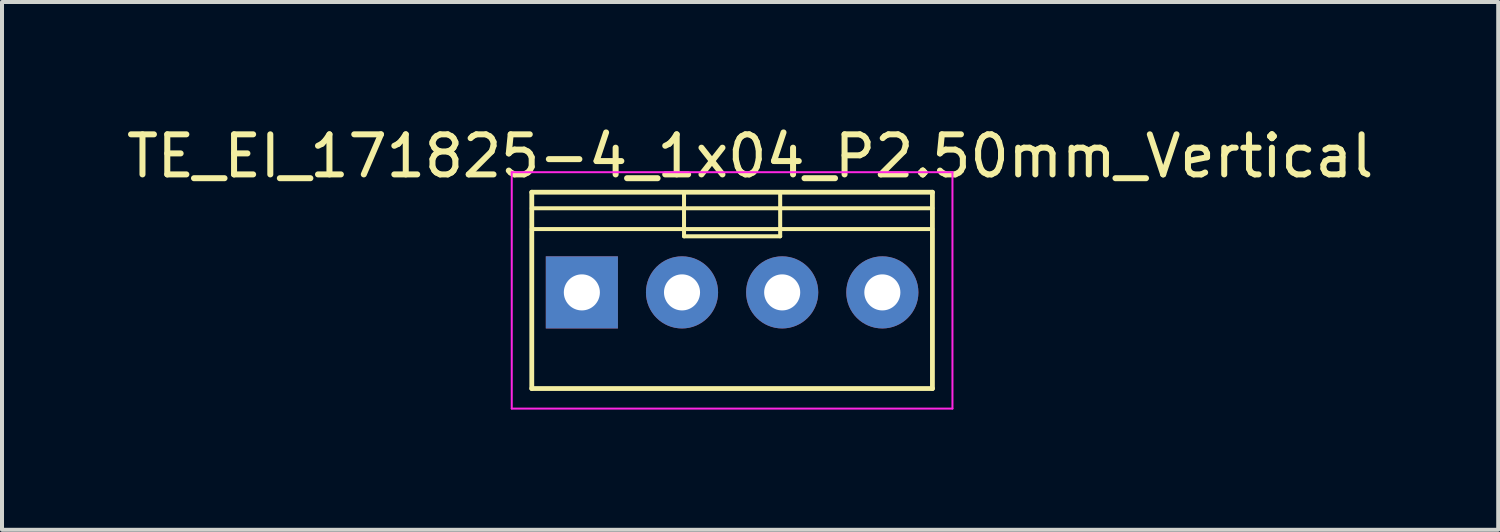
<source format=kicad_pcb>
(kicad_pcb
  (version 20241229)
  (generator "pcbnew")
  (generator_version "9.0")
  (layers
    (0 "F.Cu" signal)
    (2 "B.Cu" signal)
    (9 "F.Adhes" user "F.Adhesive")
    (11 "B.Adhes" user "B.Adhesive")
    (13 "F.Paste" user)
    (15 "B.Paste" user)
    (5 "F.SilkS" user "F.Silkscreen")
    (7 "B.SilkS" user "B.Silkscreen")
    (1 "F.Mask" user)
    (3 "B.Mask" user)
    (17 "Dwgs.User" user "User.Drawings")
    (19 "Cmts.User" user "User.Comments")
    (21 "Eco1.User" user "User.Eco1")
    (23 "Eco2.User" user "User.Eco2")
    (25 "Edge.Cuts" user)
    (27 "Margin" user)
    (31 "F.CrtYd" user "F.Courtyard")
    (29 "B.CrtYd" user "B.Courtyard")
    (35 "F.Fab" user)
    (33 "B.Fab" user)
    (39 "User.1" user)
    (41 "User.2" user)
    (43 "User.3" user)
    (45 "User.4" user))
  (footprint "TE_EI_171825-4_1x04_P2.50mm_Vertical"
    (layer "F.Cu")
    (at 11.473 4.248)
    (property "Reference" "TE_EI_171825-4_1x04_P2.50mm_Vertical" (at 4.2 -3.4 0) (layer "F.SilkS") (effects (font (size 1 1) (thickness 0.15))))
    (attr through_hole)
    (fp_line (start -1.25 -2.5) (end -1.25 2.4) (stroke (width 0.12) (type solid)) (layer "F.SilkS"))
    (fp_line (start -1.25 -2.1) (end 8.75 -2.1) (stroke (width 0.1) (type solid)) (layer "F.SilkS"))
    (fp_line (start -1.25 -1.58) (end 8.75 -1.58) (stroke (width 0.1) (type solid)) (layer "F.SilkS"))
    (fp_line (start -1.25 2.4) (end 8.75 2.4) (stroke (width 0.12) (type solid)) (layer "F.SilkS"))
    (fp_line (start 2.55 -2.5) (end 2.55 -1.4) (stroke (width 0.1) (type solid)) (layer "F.SilkS"))
    (fp_line (start 2.55 -1.4) (end 4.95 -1.4) (stroke (width 0.1) (type solid)) (layer "F.SilkS"))
    (fp_line (start 4.95 -1.4) (end 4.95 -2.5) (stroke (width 0.1) (type solid)) (layer "F.SilkS"))
    (fp_line (start 8.75 -2.5) (end -1.25 -2.5) (stroke (width 0.12) (type solid)) (layer "F.SilkS"))
    (fp_line (start 8.75 2.4) (end 8.75 -2.5) (stroke (width 0.12) (type solid)) (layer "F.SilkS"))
    (fp_line (start -1.75 -3) (end -1.75 2.9) (stroke (width 0.05) (type solid)) (layer "F.CrtYd"))
    (fp_line (start -1.75 2.9) (end 9.25 2.9) (stroke (width 0.05) (type solid)) (layer "F.CrtYd"))
    (fp_line (start 9.25 -3) (end -1.75 -3) (stroke (width 0.05) (type solid)) (layer "F.CrtYd"))
    (fp_line (start 9.25 2.9) (end 9.25 -3) (stroke (width 0.05) (type solid)) (layer "F.CrtYd"))
    (pad "1" thru_hole rect (at 0 0) (size 1.8 1.8) (drill 0.9) (layers "*.Cu" "*.Mask"))
    (pad "2" thru_hole circle (at 2.5 0) (size 1.8 1.8) (drill 0.9) (layers "*.Cu" "*.Mask"))
    (pad "3" thru_hole circle (at 5 0) (size 1.8 1.8) (drill 0.9) (layers "*.Cu" "*.Mask"))
    (pad "4" thru_hole circle (at 7.5 0) (size 1.8 1.8) (drill 0.9) (layers "*.Cu" "*.Mask")))
  (gr_rect
    (start -3 -3)
    (end 34.345 10.173)
    (stroke (width 0.1) (type default))
    (fill no)
    (layer "Edge.Cuts")))
</source>
